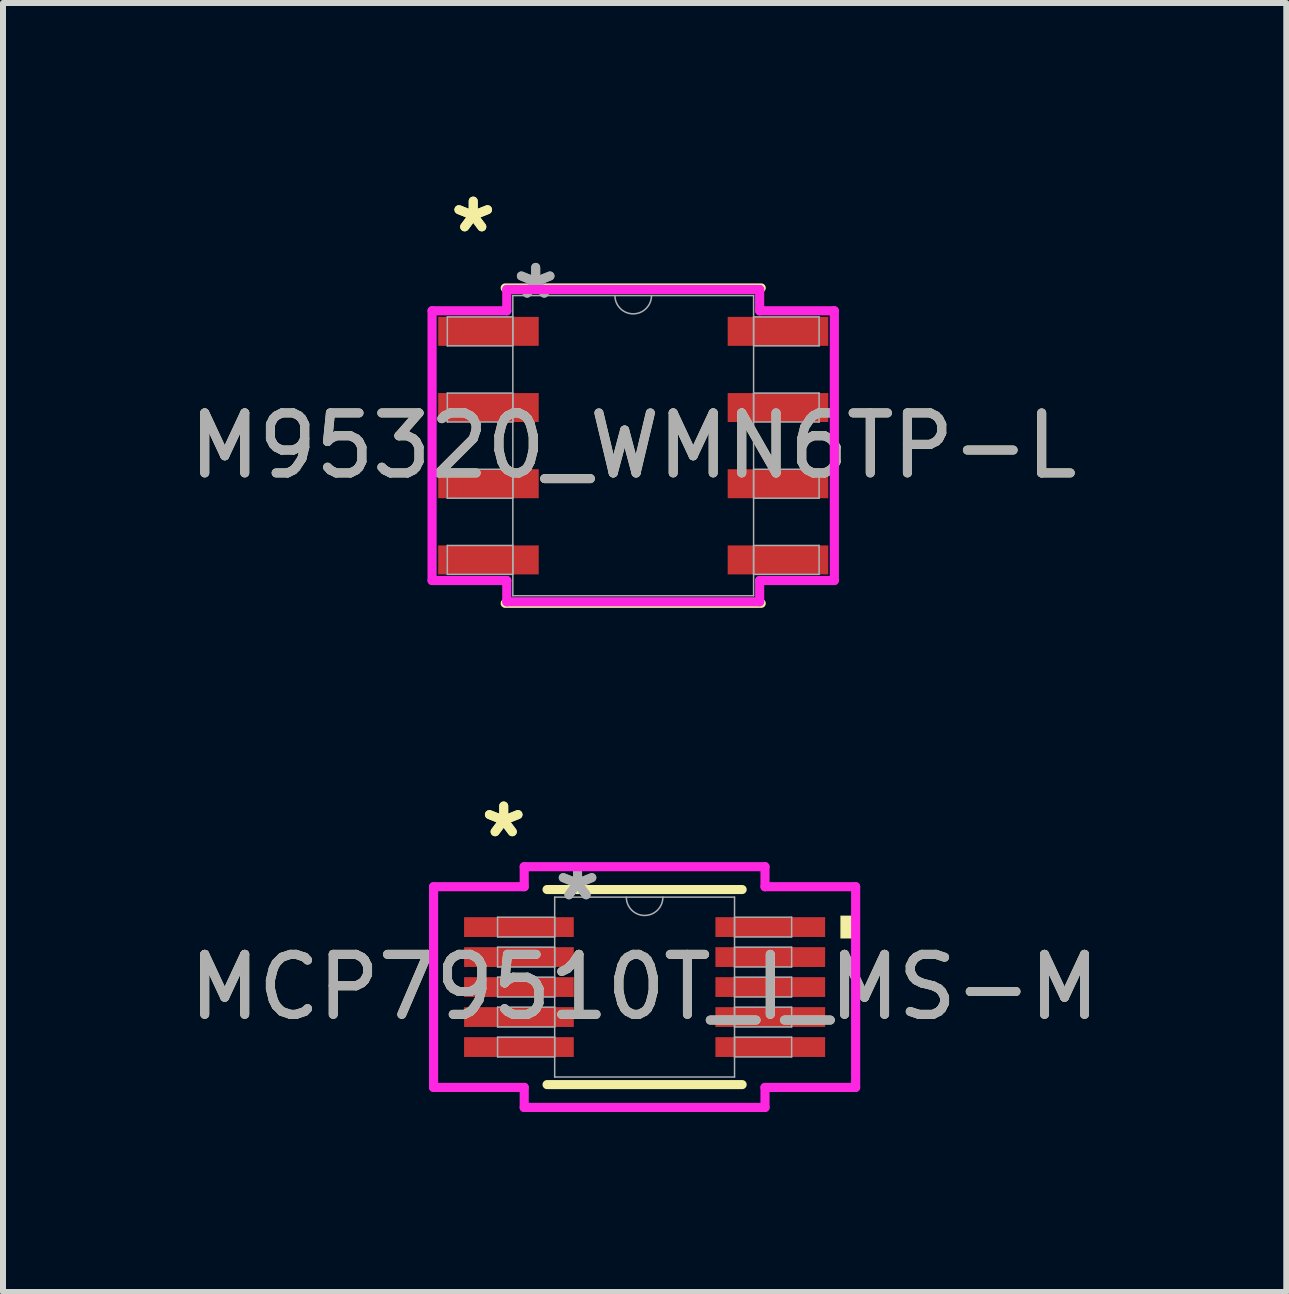
<source format=kicad_pcb>
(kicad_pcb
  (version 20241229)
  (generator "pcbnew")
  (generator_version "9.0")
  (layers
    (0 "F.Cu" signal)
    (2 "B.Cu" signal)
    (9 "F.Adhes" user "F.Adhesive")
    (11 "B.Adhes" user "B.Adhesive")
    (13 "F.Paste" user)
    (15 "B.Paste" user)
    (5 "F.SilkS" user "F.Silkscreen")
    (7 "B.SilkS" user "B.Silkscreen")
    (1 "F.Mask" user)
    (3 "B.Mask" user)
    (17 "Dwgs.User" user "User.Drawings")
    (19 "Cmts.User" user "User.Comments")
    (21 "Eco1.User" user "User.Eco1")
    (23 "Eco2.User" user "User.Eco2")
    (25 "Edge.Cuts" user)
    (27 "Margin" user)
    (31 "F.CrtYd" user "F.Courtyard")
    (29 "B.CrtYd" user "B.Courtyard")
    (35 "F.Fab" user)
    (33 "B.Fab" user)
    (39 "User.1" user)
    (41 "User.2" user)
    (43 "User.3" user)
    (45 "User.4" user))
  (footprint "MCP79510T_I_MS-M"
    (layer "F.Cu")
    (at 7.696 13.405)
    (property "Reference" "MCP79510T_I_MS-M" (at 0 0 0) (unlocked yes) (layer "F.SilkS") (effects (font (size 1 1) (thickness 0.15))))
    (attr smd)
    (fp_line (start -1.626 1.626) (end 1.626 1.626) (stroke (width 0.152) (type solid)) (layer "F.SilkS"))
    (fp_line (start 1.626 -1.626) (end -1.626 -1.626) (stroke (width 0.152) (type solid)) (layer "F.SilkS"))
    (fp_poly (pts (xy 3.518 -1.191) (xy 3.518 -0.81) (xy 3.264 -0.81) (xy 3.264 -1.191)) (stroke (width 0) (type solid)) (fill yes) (layer "F.SilkS"))
    (fp_line (start -3.518 -1.673) (end -2.007 -1.673) (stroke (width 0.152) (type solid)) (layer "F.CrtYd"))
    (fp_line (start -3.518 1.673) (end -3.518 -1.673) (stroke (width 0.152) (type solid)) (layer "F.CrtYd"))
    (fp_line (start -3.518 1.673) (end -2.007 1.673) (stroke (width 0.152) (type solid)) (layer "F.CrtYd"))
    (fp_line (start -2.007 -2.007) (end 2.007 -2.007) (stroke (width 0.152) (type solid)) (layer "F.CrtYd"))
    (fp_line (start -2.007 -1.673) (end -2.007 -2.007) (stroke (width 0.152) (type solid)) (layer "F.CrtYd"))
    (fp_line (start -2.007 2.007) (end -2.007 1.673) (stroke (width 0.152) (type solid)) (layer "F.CrtYd"))
    (fp_line (start 2.007 -2.007) (end 2.007 -1.673) (stroke (width 0.152) (type solid)) (layer "F.CrtYd"))
    (fp_line (start 2.007 1.673) (end 2.007 2.007) (stroke (width 0.152) (type solid)) (layer "F.CrtYd"))
    (fp_line (start 2.007 2.007) (end -2.007 2.007) (stroke (width 0.152) (type solid)) (layer "F.CrtYd"))
    (fp_line (start 3.518 -1.673) (end 2.007 -1.673) (stroke (width 0.152) (type solid)) (layer "F.CrtYd"))
    (fp_line (start 3.518 -1.673) (end 3.518 1.673) (stroke (width 0.152) (type solid)) (layer "F.CrtYd"))
    (fp_line (start 3.518 1.673) (end 2.007 1.673) (stroke (width 0.152) (type solid)) (layer "F.CrtYd"))
    (fp_line (start -2.451 -1.165) (end -2.451 -0.835) (stroke (width 0.025) (type solid)) (layer "F.Fab"))
    (fp_line (start -2.451 -0.835) (end -1.499 -0.835) (stroke (width 0.025) (type solid)) (layer "F.Fab"))
    (fp_line (start -2.451 -0.665) (end -2.451 -0.335) (stroke (width 0.025) (type solid)) (layer "F.Fab"))
    (fp_line (start -2.451 -0.335) (end -1.499 -0.335) (stroke (width 0.025) (type solid)) (layer "F.Fab"))
    (fp_line (start -2.451 -0.165) (end -2.451 0.165) (stroke (width 0.025) (type solid)) (layer "F.Fab"))
    (fp_line (start -2.451 0.165) (end -1.499 0.165) (stroke (width 0.025) (type solid)) (layer "F.Fab"))
    (fp_line (start -2.451 0.335) (end -2.451 0.665) (stroke (width 0.025) (type solid)) (layer "F.Fab"))
    (fp_line (start -2.451 0.665) (end -1.499 0.665) (stroke (width 0.025) (type solid)) (layer "F.Fab"))
    (fp_line (start -2.451 0.835) (end -2.451 1.165) (stroke (width 0.025) (type solid)) (layer "F.Fab"))
    (fp_line (start -2.451 1.165) (end -1.499 1.165) (stroke (width 0.025) (type solid)) (layer "F.Fab"))
    (fp_line (start -1.499 -1.499) (end -1.499 1.499) (stroke (width 0.025) (type solid)) (layer "F.Fab"))
    (fp_line (start -1.499 -1.165) (end -2.451 -1.165) (stroke (width 0.025) (type solid)) (layer "F.Fab"))
    (fp_line (start -1.499 -0.835) (end -1.499 -1.165) (stroke (width 0.025) (type solid)) (layer "F.Fab"))
    (fp_line (start -1.499 -0.665) (end -2.451 -0.665) (stroke (width 0.025) (type solid)) (layer "F.Fab"))
    (fp_line (start -1.499 -0.335) (end -1.499 -0.665) (stroke (width 0.025) (type solid)) (layer "F.Fab"))
    (fp_line (start -1.499 -0.165) (end -2.451 -0.165) (stroke (width 0.025) (type solid)) (layer "F.Fab"))
    (fp_line (start -1.499 0.165) (end -1.499 -0.165) (stroke (width 0.025) (type solid)) (layer "F.Fab"))
    (fp_line (start -1.499 0.335) (end -2.451 0.335) (stroke (width 0.025) (type solid)) (layer "F.Fab"))
    (fp_line (start -1.499 0.665) (end -1.499 0.335) (stroke (width 0.025) (type solid)) (layer "F.Fab"))
    (fp_line (start -1.499 0.835) (end -2.451 0.835) (stroke (width 0.025) (type solid)) (layer "F.Fab"))
    (fp_line (start -1.499 1.165) (end -1.499 0.835) (stroke (width 0.025) (type solid)) (layer "F.Fab"))
    (fp_line (start -1.499 1.499) (end 1.499 1.499) (stroke (width 0.025) (type solid)) (layer "F.Fab"))
    (fp_line (start 1.499 -1.499) (end -1.499 -1.499) (stroke (width 0.025) (type solid)) (layer "F.Fab"))
    (fp_line (start 1.499 -1.165) (end 1.499 -0.835) (stroke (width 0.025) (type solid)) (layer "F.Fab"))
    (fp_line (start 1.499 -0.835) (end 2.451 -0.835) (stroke (width 0.025) (type solid)) (layer "F.Fab"))
    (fp_line (start 1.499 -0.665) (end 1.499 -0.335) (stroke (width 0.025) (type solid)) (layer "F.Fab"))
    (fp_line (start 1.499 -0.335) (end 2.451 -0.335) (stroke (width 0.025) (type solid)) (layer "F.Fab"))
    (fp_line (start 1.499 -0.165) (end 1.499 0.165) (stroke (width 0.025) (type solid)) (layer "F.Fab"))
    (fp_line (start 1.499 0.165) (end 2.451 0.165) (stroke (width 0.025) (type solid)) (layer "F.Fab"))
    (fp_line (start 1.499 0.335) (end 1.499 0.665) (stroke (width 0.025) (type solid)) (layer "F.Fab"))
    (fp_line (start 1.499 0.665) (end 2.451 0.665) (stroke (width 0.025) (type solid)) (layer "F.Fab"))
    (fp_line (start 1.499 0.835) (end 1.499 1.165) (stroke (width 0.025) (type solid)) (layer "F.Fab"))
    (fp_line (start 1.499 1.165) (end 2.451 1.165) (stroke (width 0.025) (type solid)) (layer "F.Fab"))
    (fp_line (start 1.499 1.499) (end 1.499 -1.499) (stroke (width 0.025) (type solid)) (layer "F.Fab"))
    (fp_line (start 2.451 -1.165) (end 1.499 -1.165) (stroke (width 0.025) (type solid)) (layer "F.Fab"))
    (fp_line (start 2.451 -0.835) (end 2.451 -1.165) (stroke (width 0.025) (type solid)) (layer "F.Fab"))
    (fp_line (start 2.451 -0.665) (end 1.499 -0.665) (stroke (width 0.025) (type solid)) (layer "F.Fab"))
    (fp_line (start 2.451 -0.335) (end 2.451 -0.665) (stroke (width 0.025) (type solid)) (layer "F.Fab"))
    (fp_line (start 2.451 -0.165) (end 1.499 -0.165) (stroke (width 0.025) (type solid)) (layer "F.Fab"))
    (fp_line (start 2.451 0.165) (end 2.451 -0.165) (stroke (width 0.025) (type solid)) (layer "F.Fab"))
    (fp_line (start 2.451 0.335) (end 1.499 0.335) (stroke (width 0.025) (type solid)) (layer "F.Fab"))
    (fp_line (start 2.451 0.665) (end 2.451 0.335) (stroke (width 0.025) (type solid)) (layer "F.Fab"))
    (fp_line (start 2.451 0.835) (end 1.499 0.835) (stroke (width 0.025) (type solid)) (layer "F.Fab"))
    (fp_line (start 2.451 1.165) (end 2.451 0.835) (stroke (width 0.025) (type solid)) (layer "F.Fab"))
    (fp_arc (start 0.3048 -1.4986) (mid 0 -1.1938) (end -0.3048 -1.4986) (stroke (width 0.0254) (type solid)) (layer "F.Fab"))
    (fp_text user "*" (at -2.349 -2.473 0) (layer "F.SilkS") (effects (font (size 1 1) (thickness 0.15))))
    (fp_text user "*" (at -2.349 -2.473 0) (unlocked yes) (layer "F.SilkS") (effects (font (size 1 1) (thickness 0.15))))
    (fp_text user "${REFERENCE}" (at 0 0 0) (unlocked yes) (layer "F.Fab") (effects (font (size 1 1) (thickness 0.15))))
    (fp_text user "*" (at -1.118 -1.422 0) (layer "F.Fab") (effects (font (size 1 1) (thickness 0.15))))
    (fp_text user "*" (at -1.118 -1.422 0) (unlocked yes) (layer "F.Fab") (effects (font (size 1 1) (thickness 0.15))))
    (pad "1" smd rect (at -2.095 -1) (size 1.829 0.33) (layers "F.Cu" "F.Mask" "F.Paste"))
    (pad "2" smd rect (at -2.095 -0.5) (size 1.829 0.33) (layers "F.Cu" "F.Mask" "F.Paste"))
    (pad "3" smd rect (at -2.095 0) (size 1.829 0.33) (layers "F.Cu" "F.Mask" "F.Paste"))
    (pad "4" smd rect (at -2.095 0.5) (size 1.829 0.33) (layers "F.Cu" "F.Mask" "F.Paste"))
    (pad "5" smd rect (at -2.095 1) (size 1.829 0.33) (layers "F.Cu" "F.Mask" "F.Paste"))
    (pad "6" smd rect (at 2.095 1) (size 1.829 0.33) (layers "F.Cu" "F.Mask" "F.Paste"))
    (pad "7" smd rect (at 2.095 0.5) (size 1.829 0.33) (layers "F.Cu" "F.Mask" "F.Paste"))
    (pad "8" smd rect (at 2.095 0) (size 1.829 0.33) (layers "F.Cu" "F.Mask" "F.Paste"))
    (pad "9" smd rect (at 2.095 -0.5) (size 1.829 0.33) (layers "F.Cu" "F.Mask" "F.Paste"))
    (pad "10" smd rect (at 2.095 -1) (size 1.829 0.33) (layers "F.Cu" "F.Mask" "F.Paste")))
  (footprint "M95320_WMN6TP-L"
    (layer "F.Cu")
    (at 7.506 4.379)
    (property "Reference" "M95320_WMN6TP-L" (at 0 0 0) (unlocked yes) (layer "F.SilkS") (effects (font (size 1 1) (thickness 0.15))))
    (attr smd)
    (fp_line (start -2.134 2.629) (end 2.134 2.629) (stroke (width 0.152) (type solid)) (layer "F.SilkS"))
    (fp_line (start 2.134 -2.629) (end -2.134 -2.629) (stroke (width 0.152) (type solid)) (layer "F.SilkS"))
    (fp_line (start -3.353 -2.248) (end -2.108 -2.248) (stroke (width 0.152) (type solid)) (layer "F.CrtYd"))
    (fp_line (start -3.353 2.248) (end -3.353 -2.248) (stroke (width 0.152) (type solid)) (layer "F.CrtYd"))
    (fp_line (start -3.353 2.248) (end -2.108 2.248) (stroke (width 0.152) (type solid)) (layer "F.CrtYd"))
    (fp_line (start -2.108 -2.603) (end 2.108 -2.603) (stroke (width 0.152) (type solid)) (layer "F.CrtYd"))
    (fp_line (start -2.108 -2.248) (end -2.108 -2.603) (stroke (width 0.152) (type solid)) (layer "F.CrtYd"))
    (fp_line (start -2.108 2.603) (end -2.108 2.248) (stroke (width 0.152) (type solid)) (layer "F.CrtYd"))
    (fp_line (start 2.108 -2.603) (end 2.108 -2.248) (stroke (width 0.152) (type solid)) (layer "F.CrtYd"))
    (fp_line (start 2.108 2.248) (end 2.108 2.603) (stroke (width 0.152) (type solid)) (layer "F.CrtYd"))
    (fp_line (start 2.108 2.603) (end -2.108 2.603) (stroke (width 0.152) (type solid)) (layer "F.CrtYd"))
    (fp_line (start 3.353 -2.248) (end 2.108 -2.248) (stroke (width 0.152) (type solid)) (layer "F.CrtYd"))
    (fp_line (start 3.353 -2.248) (end 3.353 2.248) (stroke (width 0.152) (type solid)) (layer "F.CrtYd"))
    (fp_line (start 3.353 2.248) (end 2.108 2.248) (stroke (width 0.152) (type solid)) (layer "F.CrtYd"))
    (fp_line (start -3.099 -2.146) (end -3.099 -1.664) (stroke (width 0.025) (type solid)) (layer "F.Fab"))
    (fp_line (start -3.099 -1.664) (end -2.007 -1.664) (stroke (width 0.025) (type solid)) (layer "F.Fab"))
    (fp_line (start -3.099 -0.876) (end -3.099 -0.394) (stroke (width 0.025) (type solid)) (layer "F.Fab"))
    (fp_line (start -3.099 -0.394) (end -2.007 -0.394) (stroke (width 0.025) (type solid)) (layer "F.Fab"))
    (fp_line (start -3.099 0.394) (end -3.099 0.876) (stroke (width 0.025) (type solid)) (layer "F.Fab"))
    (fp_line (start -3.099 0.876) (end -2.007 0.876) (stroke (width 0.025) (type solid)) (layer "F.Fab"))
    (fp_line (start -3.099 1.664) (end -3.099 2.146) (stroke (width 0.025) (type solid)) (layer "F.Fab"))
    (fp_line (start -3.099 2.146) (end -2.007 2.146) (stroke (width 0.025) (type solid)) (layer "F.Fab"))
    (fp_line (start -2.007 -2.502) (end -2.007 2.502) (stroke (width 0.025) (type solid)) (layer "F.Fab"))
    (fp_line (start -2.007 -2.146) (end -3.099 -2.146) (stroke (width 0.025) (type solid)) (layer "F.Fab"))
    (fp_line (start -2.007 -1.664) (end -2.007 -2.146) (stroke (width 0.025) (type solid)) (layer "F.Fab"))
    (fp_line (start -2.007 -0.876) (end -3.099 -0.876) (stroke (width 0.025) (type solid)) (layer "F.Fab"))
    (fp_line (start -2.007 -0.394) (end -2.007 -0.876) (stroke (width 0.025) (type solid)) (layer "F.Fab"))
    (fp_line (start -2.007 0.394) (end -3.099 0.394) (stroke (width 0.025) (type solid)) (layer "F.Fab"))
    (fp_line (start -2.007 0.876) (end -2.007 0.394) (stroke (width 0.025) (type solid)) (layer "F.Fab"))
    (fp_line (start -2.007 1.664) (end -3.099 1.664) (stroke (width 0.025) (type solid)) (layer "F.Fab"))
    (fp_line (start -2.007 2.146) (end -2.007 1.664) (stroke (width 0.025) (type solid)) (layer "F.Fab"))
    (fp_line (start -2.007 2.502) (end 2.007 2.502) (stroke (width 0.025) (type solid)) (layer "F.Fab"))
    (fp_line (start 2.007 -2.502) (end -2.007 -2.502) (stroke (width 0.025) (type solid)) (layer "F.Fab"))
    (fp_line (start 2.007 -2.146) (end 2.007 -1.664) (stroke (width 0.025) (type solid)) (layer "F.Fab"))
    (fp_line (start 2.007 -1.664) (end 3.099 -1.664) (stroke (width 0.025) (type solid)) (layer "F.Fab"))
    (fp_line (start 2.007 -0.876) (end 2.007 -0.394) (stroke (width 0.025) (type solid)) (layer "F.Fab"))
    (fp_line (start 2.007 -0.394) (end 3.099 -0.394) (stroke (width 0.025) (type solid)) (layer "F.Fab"))
    (fp_line (start 2.007 0.394) (end 2.007 0.876) (stroke (width 0.025) (type solid)) (layer "F.Fab"))
    (fp_line (start 2.007 0.876) (end 3.099 0.876) (stroke (width 0.025) (type solid)) (layer "F.Fab"))
    (fp_line (start 2.007 1.664) (end 2.007 2.146) (stroke (width 0.025) (type solid)) (layer "F.Fab"))
    (fp_line (start 2.007 2.146) (end 3.099 2.146) (stroke (width 0.025) (type solid)) (layer "F.Fab"))
    (fp_line (start 2.007 2.502) (end 2.007 -2.502) (stroke (width 0.025) (type solid)) (layer "F.Fab"))
    (fp_line (start 3.099 -2.146) (end 2.007 -2.146) (stroke (width 0.025) (type solid)) (layer "F.Fab"))
    (fp_line (start 3.099 -1.664) (end 3.099 -2.146) (stroke (width 0.025) (type solid)) (layer "F.Fab"))
    (fp_line (start 3.099 -0.876) (end 2.007 -0.876) (stroke (width 0.025) (type solid)) (layer "F.Fab"))
    (fp_line (start 3.099 -0.394) (end 3.099 -0.876) (stroke (width 0.025) (type solid)) (layer "F.Fab"))
    (fp_line (start 3.099 0.394) (end 2.007 0.394) (stroke (width 0.025) (type solid)) (layer "F.Fab"))
    (fp_line (start 3.099 0.876) (end 3.099 0.394) (stroke (width 0.025) (type solid)) (layer "F.Fab"))
    (fp_line (start 3.099 1.664) (end 2.007 1.664) (stroke (width 0.025) (type solid)) (layer "F.Fab"))
    (fp_line (start 3.099 2.146) (end 3.099 1.664) (stroke (width 0.025) (type solid)) (layer "F.Fab"))
    (fp_arc (start 0.3048 -2.5019) (mid 0 -2.1971) (end -0.3048 -2.5019) (stroke (width 0.0254) (type solid)) (layer "F.Fab"))
    (fp_text user "*" (at -2.667 -3.531 0) (unlocked yes) (layer "F.SilkS") (effects (font (size 1 1) (thickness 0.15))))
    (fp_text user "*" (at -2.667 -3.531 0) (layer "F.SilkS") (effects (font (size 1 1) (thickness 0.15))))
    (fp_text user "*" (at -1.626 -2.426 0) (layer "F.Fab") (effects (font (size 1 1) (thickness 0.15))))
    (fp_text user "${REFERENCE}" (at 0 0 0) (unlocked yes) (layer "F.Fab") (effects (font (size 1 1) (thickness 0.15))))
    (fp_text user "*" (at -1.626 -2.426 0) (unlocked yes) (layer "F.Fab") (effects (font (size 1 1) (thickness 0.15))))
    (pad "1" smd rect (at -2.413 -1.905) (size 1.676 0.483) (layers "F.Cu" "F.Mask" "F.Paste"))
    (pad "2" smd rect (at -2.413 -0.635) (size 1.676 0.483) (layers "F.Cu" "F.Mask" "F.Paste"))
    (pad "3" smd rect (at -2.413 0.635) (size 1.676 0.483) (layers "F.Cu" "F.Mask" "F.Paste"))
    (pad "4" smd rect (at -2.413 1.905) (size 1.676 0.483) (layers "F.Cu" "F.Mask" "F.Paste"))
    (pad "5" smd rect (at 2.413 1.905) (size 1.676 0.483) (layers "F.Cu" "F.Mask" "F.Paste"))
    (pad "6" smd rect (at 2.413 0.635) (size 1.676 0.483) (layers "F.Cu" "F.Mask" "F.Paste"))
    (pad "7" smd rect (at 2.413 -0.635) (size 1.676 0.483) (layers "F.Cu" "F.Mask" "F.Paste"))
    (pad "8" smd rect (at 2.413 -1.905) (size 1.676 0.483) (layers "F.Cu" "F.Mask" "F.Paste")))
  (gr_rect
    (start -3 -3)
    (end 18.393 18.488)
    (stroke (width 0.1) (type default))
    (fill no)
    (layer "Edge.Cuts")))
</source>
